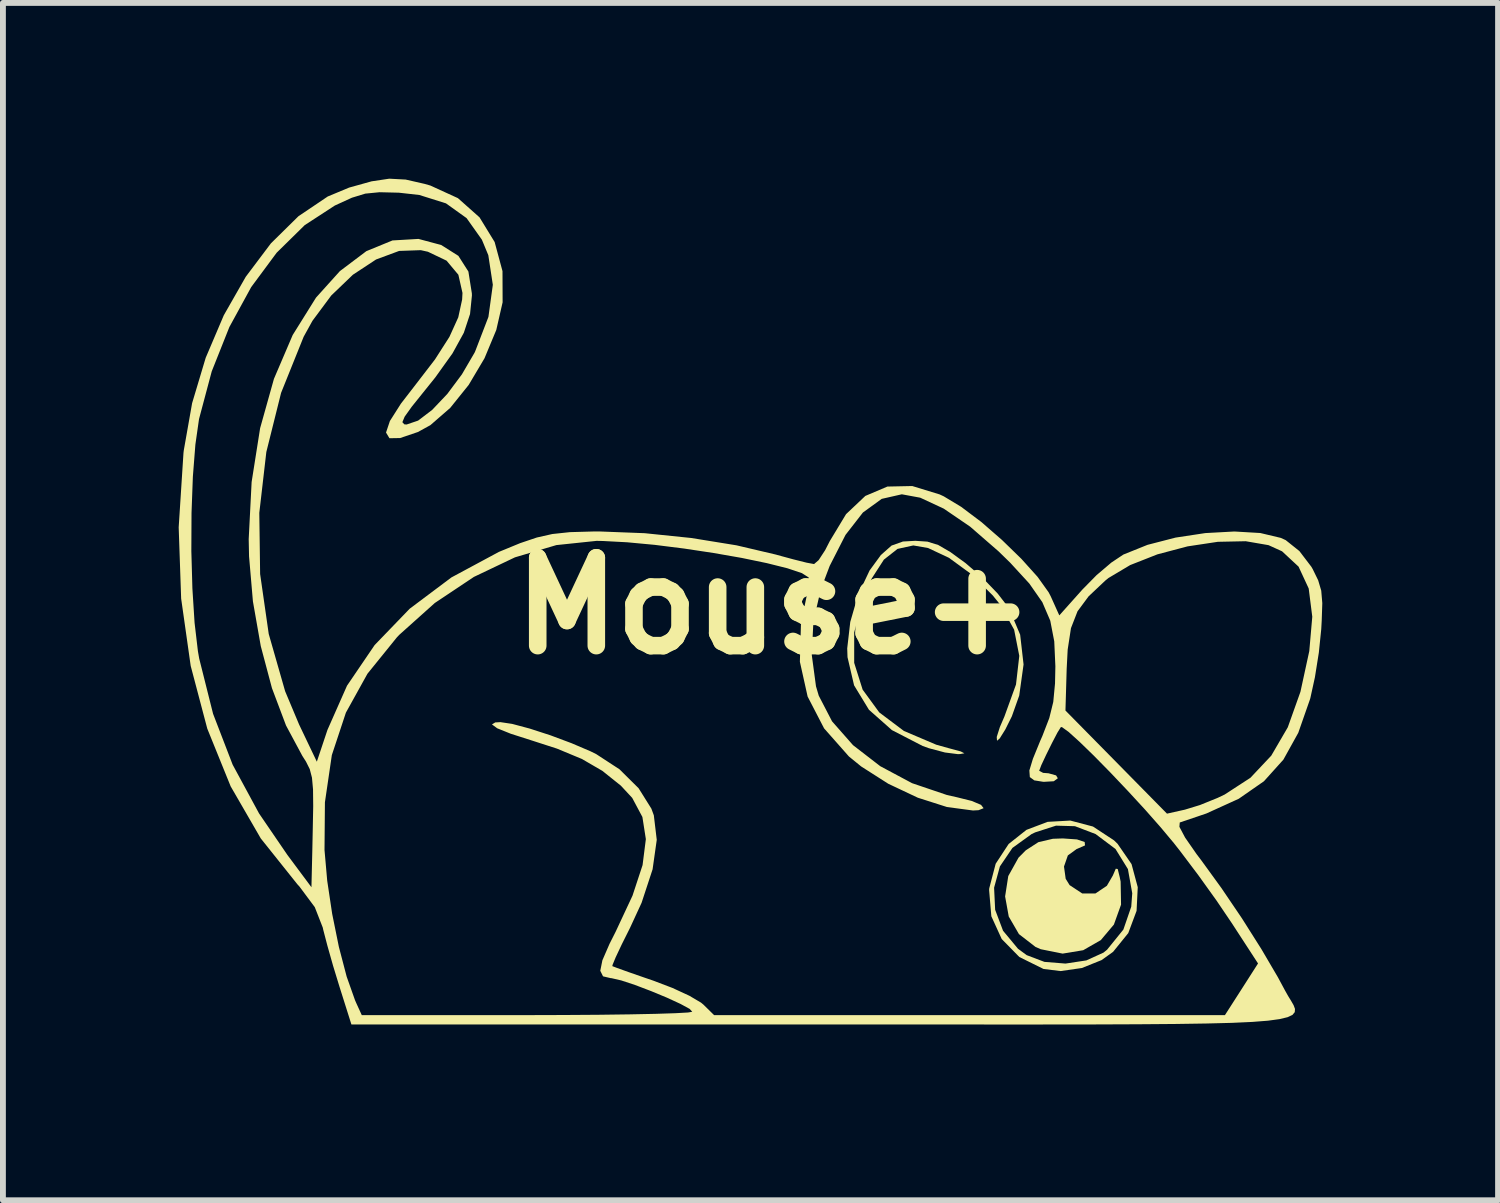
<source format=kicad_pcb>
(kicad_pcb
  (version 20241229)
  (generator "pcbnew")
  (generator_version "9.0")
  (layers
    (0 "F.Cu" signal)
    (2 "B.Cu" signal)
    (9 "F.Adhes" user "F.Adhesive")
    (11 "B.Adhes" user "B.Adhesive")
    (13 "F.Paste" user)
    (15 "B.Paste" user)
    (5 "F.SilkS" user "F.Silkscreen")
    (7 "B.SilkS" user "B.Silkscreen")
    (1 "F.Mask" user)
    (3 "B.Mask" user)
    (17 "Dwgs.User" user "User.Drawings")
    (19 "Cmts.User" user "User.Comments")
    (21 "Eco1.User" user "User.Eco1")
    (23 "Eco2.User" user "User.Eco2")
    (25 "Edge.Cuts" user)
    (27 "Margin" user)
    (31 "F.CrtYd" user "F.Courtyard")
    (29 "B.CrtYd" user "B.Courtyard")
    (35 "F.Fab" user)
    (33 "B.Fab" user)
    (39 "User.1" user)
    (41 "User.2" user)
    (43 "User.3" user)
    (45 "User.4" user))
  (footprint "Mouse+"
    (layer "F.Cu")
    (at 10.164 7.292)
    (property "Reference" "Mouse+" (at 0 0 0) (layer "F.SilkS") (effects (font (size 1.5 1.5) (thickness 0.3))))
    (attr board_only exclude_from_pos_files exclude_from_bom)
    (fp_poly (pts (xy 5.169 3.986) (xy 5.3 4.03) (xy 5.306 4.088) (xy 5.169 4.148) (xy 5.163 4.15) (xy 5.013 4.259) (xy 4.947 4.449) (xy 4.976 4.658) (xy 5.043 4.766) (xy 5.258 4.908) (xy 5.483 4.909) (xy 5.679 4.777) (xy 5.781 4.602) (xy 5.831 4.486) (xy 5.864 4.491) (xy 5.899 4.632) (xy 5.914 4.706) (xy 5.921 5.099) (xy 5.799 5.439) (xy 5.575 5.705) (xy 5.275 5.877) (xy 4.924 5.935) (xy 4.55 5.86) (xy 4.461 5.821) (xy 4.178 5.602) (xy 4.004 5.302) (xy 3.942 4.959) (xy 3.996 4.611) (xy 4.171 4.297) (xy 4.295 4.172) (xy 4.509 4.033) (xy 4.757 3.975) (xy 4.927 3.969)) (stroke (width 0) (type solid)) (fill yes) (layer "F.SilkS"))
    (fp_poly (pts (xy 5.442 3.766) (xy 5.801 4.002) (xy 5.861 4.06) (xy 6.1 4.407) (xy 6.206 4.801) (xy 6.186 5.205) (xy 6.044 5.585) (xy 5.785 5.905) (xy 5.588 6.046) (xy 5.251 6.181) (xy 4.889 6.233) (xy 4.597 6.197) (xy 4.185 5.993) (xy 3.884 5.686) (xy 3.707 5.298) (xy 3.669 4.85) (xy 3.671 4.822) (xy 3.674 4.81) (xy 3.754 4.81) (xy 3.772 5.187) (xy 3.907 5.545) (xy 4.162 5.852) (xy 4.31 5.961) (xy 4.613 6.076) (xy 4.973 6.105) (xy 5.329 6.051) (xy 5.621 5.918) (xy 5.682 5.869) (xy 5.961 5.524) (xy 6.095 5.134) (xy 6.112 4.905) (xy 6.038 4.492) (xy 5.826 4.149) (xy 5.486 3.894) (xy 5.483 3.893) (xy 5.134 3.76) (xy 4.811 3.751) (xy 4.457 3.865) (xy 4.395 3.894) (xy 4.067 4.131) (xy 3.853 4.447) (xy 3.754 4.81) (xy 3.674 4.81) (xy 3.781 4.401) (xy 4.002 4.064) (xy 4.306 3.823) (xy 4.667 3.686) (xy 5.055 3.664)) (stroke (width 0) (type solid)) (fill yes) (layer "F.SilkS"))
    (fp_poly (pts (xy 2.616 -1.097) (xy 2.8 -1.04) (xy 3.008 -0.919) (xy 3.27 -0.728) (xy 3.552 -0.484) (xy 3.816 -0.21) (xy 4.005 0.035) (xy 4.008 0.04) (xy 4.199 0.492) (xy 4.257 1) (xy 4.183 1.53) (xy 4.057 1.885) (xy 3.945 2.11) (xy 3.85 2.262) (xy 3.804 2.302) (xy 3.799 2.237) (xy 3.852 2.07) (xy 3.931 1.886) (xy 4.128 1.341) (xy 4.184 0.853) (xy 4.096 0.406) (xy 3.862 -0.017) (xy 3.73 -0.18) (xy 3.361 -0.545) (xy 2.983 -0.821) (xy 2.627 -0.988) (xy 2.375 -1.032) (xy 2.106 -0.973) (xy 1.873 -0.79) (xy 1.666 -0.469) (xy 1.514 -0.117) (xy 1.366 0.454) (xy 1.366 0.972) (xy 1.51 1.429) (xy 1.794 1.818) (xy 2.214 2.134) (xy 2.766 2.369) (xy 2.977 2.428) (xy 3.185 2.484) (xy 3.247 2.516) (xy 3.172 2.529) (xy 3.135 2.53) (xy 2.915 2.502) (xy 2.641 2.429) (xy 2.535 2.391) (xy 2.01 2.12) (xy 1.618 1.773) (xy 1.364 1.356) (xy 1.252 0.875) (xy 1.247 0.725) (xy 1.299 0.274) (xy 1.433 -0.19) (xy 1.629 -0.605) (xy 1.822 -0.869) (xy 2.004 -1.03) (xy 2.198 -1.099) (xy 2.409 -1.111)) (stroke (width 0) (type solid)) (fill yes) (layer "F.SilkS"))
    (fp_poly (pts (xy -6.289 -7.277) (xy -5.965 -7.203) (xy -5.868 -7.175) (xy -5.398 -6.96) (xy -5.029 -6.632) (xy -4.771 -6.211) (xy -4.637 -5.714) (xy -4.635 -5.182) (xy -4.743 -4.71) (xy -4.944 -4.227) (xy -5.214 -3.772) (xy -5.53 -3.379) (xy -5.868 -3.085) (xy -6.081 -2.968) (xy -6.385 -2.865) (xy -6.567 -2.862) (xy -6.625 -2.959) (xy -6.559 -3.156) (xy -6.371 -3.452) (xy -6.147 -3.742) (xy -5.79 -4.206) (xy -5.543 -4.592) (xy -5.392 -4.925) (xy -5.326 -5.229) (xy -5.32 -5.342) (xy -5.39 -5.652) (xy -5.592 -5.893) (xy -5.91 -6.045) (xy -6.032 -6.072) (xy -6.401 -6.059) (xy -6.795 -5.913) (xy -7.19 -5.653) (xy -7.56 -5.298) (xy -7.881 -4.866) (xy -8.031 -4.594) (xy -8.416 -3.637) (xy -8.668 -2.627) (xy -8.788 -1.588) (xy -8.774 -0.544) (xy -8.627 0.479) (xy -8.347 1.457) (xy -8.109 2.024) (xy -7.806 2.659) (xy -7.625 2.117) (xy -7.291 1.362) (xy -6.819 0.668) (xy -6.221 0.048) (xy -5.509 -0.486) (xy -4.698 -0.922) (xy -4.336 -1.071) (xy -4.052 -1.167) (xy -3.786 -1.227) (xy -3.486 -1.259) (xy -3.095 -1.27) (xy -2.965 -1.27) (xy -2.21 -1.241) (xy -1.414 -1.159) (xy -0.643 -1.034) (xy 0.038 -0.874) (xy 0.042 -0.872) (xy 0.326 -0.795) (xy 0.553 -0.738) (xy 0.677 -0.715) (xy 0.681 -0.714) (xy 0.759 -0.781) (xy 0.87 -0.951) (xy 0.95 -1.107) (xy 1.227 -1.566) (xy 1.556 -1.877) (xy 1.933 -2.037) (xy 2.357 -2.046) (xy 2.824 -1.903) (xy 2.895 -1.87) (xy 3.192 -1.691) (xy 3.535 -1.433) (xy 3.888 -1.126) (xy 4.22 -0.803) (xy 4.497 -0.495) (xy 4.685 -0.232) (xy 4.721 -0.163) (xy 4.867 0.162) (xy 5.261 -0.279) (xy 5.503 -0.525) (xy 5.756 -0.74) (xy 5.96 -0.876) (xy 6.372 -1.042) (xy 6.852 -1.166) (xy 7.36 -1.243) (xy 7.856 -1.27) (xy 8.298 -1.244) (xy 8.647 -1.161) (xy 8.731 -1.123) (xy 8.965 -0.936) (xy 9.17 -0.667) (xy 9.193 -0.627) (xy 9.286 -0.436) (xy 9.338 -0.26) (xy 9.356 -0.047) (xy 9.346 0.253) (xy 9.338 0.397) (xy 9.297 0.797) (xy 9.23 1.218) (xy 9.152 1.574) (xy 9.145 1.597) (xy 8.946 2.166) (xy 8.692 2.624) (xy 8.36 2.993) (xy 7.93 3.292) (xy 7.378 3.543) (xy 6.923 3.697) (xy 6.917 3.771) (xy 7.014 3.954) (xy 7.209 4.235) (xy 7.293 4.346) (xy 7.632 4.813) (xy 7.985 5.334) (xy 8.317 5.859) (xy 8.598 6.338) (xy 8.72 6.565) (xy 8.773 6.659) (xy 8.824 6.742) (xy 8.866 6.815) (xy 8.89 6.879) (xy 8.886 6.934) (xy 8.847 6.981) (xy 8.764 7.02) (xy 8.627 7.053) (xy 8.429 7.08) (xy 8.16 7.101) (xy 7.812 7.117) (xy 7.377 7.128) (xy 6.846 7.136) (xy 6.21 7.141) (xy 5.46 7.144) (xy 4.588 7.145) (xy 3.585 7.145) (xy 2.442 7.144) (xy 1.152 7.144) (xy 0.837 7.144) (xy -7.216 7.144) (xy -7.42 6.498) (xy -7.528 6.145) (xy -7.626 5.799) (xy -7.697 5.527) (xy -7.705 5.49) (xy -7.841 5.142) (xy -8.103 4.79) (xy -8.138 4.752) (xy -8.763 3.969) (xy -9.277 3.08) (xy -9.676 2.095) (xy -9.959 1.024) (xy -10.122 -0.125) (xy -10.15 -0.935) (xy -9.948 -0.935) (xy -9.93 -0.296) (xy -9.893 0.287) (xy -9.836 0.772) (xy -9.814 0.898) (xy -9.577 1.842) (xy -9.243 2.71) (xy -8.792 3.543) (xy -8.309 4.25) (xy -7.898 4.802) (xy -7.883 4.167) (xy -7.675 4.167) (xy -7.629 4.69) (xy -7.544 5.257) (xy -7.43 5.819) (xy -7.297 6.327) (xy -7.154 6.731) (xy -7.134 6.777) (xy -7.039 6.985) (xy -4.247 6.985) (xy -3.596 6.983) (xy -2.996 6.979) (xy -2.465 6.972) (xy -2.021 6.963) (xy -1.683 6.952) (xy -1.469 6.94) (xy -1.398 6.928) (xy -1.442 6.879) (xy -1.598 6.794) (xy -1.83 6.687) (xy -2.1 6.575) (xy -2.373 6.471) (xy -2.609 6.393) (xy -2.773 6.355) (xy -2.793 6.353) (xy -2.921 6.323) (xy -2.968 6.228) (xy -2.932 6.049) (xy -2.81 5.768) (xy -2.706 5.562) (xy -2.418 4.946) (xy -2.246 4.424) (xy -2.19 3.981) (xy -2.249 3.603) (xy -2.423 3.277) (xy -2.617 3.068) (xy -2.932 2.816) (xy -3.281 2.613) (xy -3.707 2.436) (xy -4.128 2.3) (xy -4.496 2.182) (xy -4.727 2.089) (xy -4.817 2.023) (xy -4.761 1.989) (xy -4.673 1.984) (xy -4.472 2.014) (xy -4.172 2.094) (xy -3.818 2.209) (xy -3.457 2.344) (xy -3.134 2.482) (xy -3.037 2.53) (xy -2.64 2.789) (xy -2.314 3.112) (xy -2.096 3.46) (xy -2.054 3.574) (xy -2.004 3.993) (xy -2.075 4.496) (xy -2.263 5.068) (xy -2.461 5.497) (xy -2.602 5.779) (xy -2.706 6) (xy -2.759 6.129) (xy -2.762 6.149) (xy -2.681 6.18) (xy -2.486 6.25) (xy -2.21 6.346) (xy -2.064 6.396) (xy -1.736 6.521) (xy -1.448 6.654) (xy -1.248 6.772) (xy -1.207 6.806) (xy -1.025 6.985) (xy 3.335 6.985) (xy 7.694 6.985) (xy 7.977 6.544) (xy 8.259 6.103) (xy 7.81 5.413) (xy 7.551 5.03) (xy 7.241 4.598) (xy 6.934 4.191) (xy 6.822 4.048) (xy 6.597 3.779) (xy 6.328 3.474) (xy 6.035 3.156) (xy 5.739 2.844) (xy 5.458 2.558) (xy 5.214 2.321) (xy 5.026 2.151) (xy 4.914 2.07) (xy 4.894 2.068) (xy 4.836 2.161) (xy 4.744 2.337) (xy 4.643 2.541) (xy 4.56 2.718) (xy 4.524 2.813) (xy 4.524 2.815) (xy 4.591 2.85) (xy 4.683 2.857) (xy 4.812 2.893) (xy 4.842 2.942) (xy 4.773 2.993) (xy 4.602 3.003) (xy 4.584 3.001) (xy 4.44 2.978) (xy 4.364 2.922) (xy 4.356 2.809) (xy 4.416 2.611) (xy 4.542 2.302) (xy 4.577 2.223) (xy 4.696 1.915) (xy 4.728 1.786) (xy 4.972 1.786) (xy 5.839 2.666) (xy 6.705 3.546) (xy 7.01 3.478) (xy 7.268 3.399) (xy 7.567 3.278) (xy 7.689 3.22) (xy 8.129 2.934) (xy 8.485 2.556) (xy 8.767 2.072) (xy 8.983 1.466) (xy 9.134 0.771) (xy 9.185 0.185) (xy 9.124 -0.297) (xy 8.951 -0.67) (xy 8.669 -0.932) (xy 8.438 -1.037) (xy 8.049 -1.104) (xy 7.573 -1.094) (xy 7.056 -1.016) (xy 6.542 -0.88) (xy 6.077 -0.697) (xy 5.706 -0.476) (xy 5.652 -0.432) (xy 5.367 -0.163) (xy 5.178 0.092) (xy 5.066 0.38) (xy 5.01 0.746) (xy 4.993 1.072) (xy 4.972 1.786) (xy 4.728 1.786) (xy 4.764 1.639) (xy 4.794 1.324) (xy 4.8 1.032) (xy 4.781 0.606) (xy 4.713 0.253) (xy 4.577 -0.064) (xy 4.355 -0.382) (xy 4.029 -0.737) (xy 3.829 -0.932) (xy 3.346 -1.352) (xy 2.895 -1.66) (xy 2.493 -1.847) (xy 2.179 -1.905) (xy 1.836 -1.827) (xy 1.515 -1.594) (xy 1.218 -1.212) (xy 0.948 -0.683) (xy 0.796 -0.282) (xy 0.67 0.264) (xy 0.642 0.837) (xy 0.714 1.373) (xy 0.761 1.532) (xy 0.988 1.97) (xy 1.346 2.377) (xy 1.811 2.736) (xy 2.354 3.026) (xy 2.95 3.228) (xy 3.115 3.265) (xy 3.372 3.329) (xy 3.531 3.396) (xy 3.575 3.453) (xy 3.489 3.487) (xy 3.393 3.492) (xy 2.95 3.433) (xy 2.452 3.274) (xy 1.948 3.036) (xy 1.486 2.741) (xy 1.276 2.57) (xy 0.852 2.09) (xy 0.571 1.547) (xy 0.439 0.953) (xy 0.457 0.321) (xy 0.503 0.081) (xy 0.559 -0.188) (xy 0.59 -0.392) (xy 0.59 -0.485) (xy 0.474 -0.559) (xy 0.227 -0.642) (xy -0.125 -0.73) (xy -0.554 -0.819) (xy -1.034 -0.903) (xy -1.538 -0.979) (xy -2.039 -1.042) (xy -2.51 -1.086) (xy -2.925 -1.108) (xy -3.031 -1.11) (xy -3.717 -1.038) (xy -4.424 -0.829) (xy -5.125 -0.495) (xy -5.792 -0.05) (xy -6.398 0.493) (xy -6.439 0.536) (xy -6.942 1.158) (xy -7.31 1.822) (xy -7.55 2.547) (xy -7.668 3.352) (xy -7.675 4.167) (xy -7.883 4.167) (xy -7.876 3.832) (xy -7.868 3.42) (xy -7.871 3.132) (xy -7.889 2.932) (xy -7.927 2.786) (xy -7.991 2.658) (xy -8.054 2.559) (xy -8.332 2.041) (xy -8.572 1.404) (xy -8.763 0.686) (xy -8.897 -0.077) (xy -8.963 -0.846) (xy -8.969 -1.139) (xy -8.919 -2.115) (xy -8.774 -3.034) (xy -8.538 -3.876) (xy -8.218 -4.624) (xy -7.82 -5.262) (xy -7.412 -5.715) (xy -6.961 -6.055) (xy -6.515 -6.238) (xy -6.071 -6.264) (xy -5.683 -6.16) (xy -5.39 -5.975) (xy -5.219 -5.707) (xy -5.16 -5.335) (xy -5.159 -5.297) (xy -5.191 -4.982) (xy -5.297 -4.662) (xy -5.49 -4.311) (xy -5.784 -3.9) (xy -5.968 -3.671) (xy -6.185 -3.401) (xy -6.307 -3.23) (xy -6.346 -3.136) (xy -6.313 -3.099) (xy -6.274 -3.096) (xy -6.077 -3.163) (xy -5.837 -3.346) (xy -5.579 -3.618) (xy -5.33 -3.952) (xy -5.115 -4.32) (xy -5.104 -4.343) (xy -4.877 -4.933) (xy -4.802 -5.481) (xy -4.879 -5.986) (xy -4.989 -6.251) (xy -5.25 -6.619) (xy -5.602 -6.871) (xy -6.057 -7.014) (xy -6.406 -7.053) (xy -6.736 -7.061) (xy -6.979 -7.037) (xy -7.208 -6.967) (xy -7.496 -6.835) (xy -7.5 -6.833) (xy -8.013 -6.499) (xy -8.492 -6.028) (xy -8.926 -5.442) (xy -9.299 -4.76) (xy -9.6 -4.003) (xy -9.816 -3.193) (xy -9.817 -3.189) (xy -9.879 -2.755) (xy -9.922 -2.206) (xy -9.945 -1.585) (xy -9.948 -0.935) (xy -10.15 -0.935) (xy -10.164 -1.341) (xy -10.082 -2.614) (xy -10.077 -2.655) (xy -9.935 -3.46) (xy -9.703 -4.235) (xy -9.394 -4.961) (xy -9.019 -5.618) (xy -8.59 -6.188) (xy -8.12 -6.651) (xy -7.62 -6.988) (xy -7.255 -7.14) (xy -6.871 -7.247) (xy -6.57 -7.292)) (stroke (width 0) (type solid)) (fill yes) (layer "F.SilkS")))
  (gr_rect
    (start -3 -3)
    (end 22.52 17.437)
    (stroke (width 0.1) (type default))
    (fill no)
    (layer "Edge.Cuts")))
</source>
